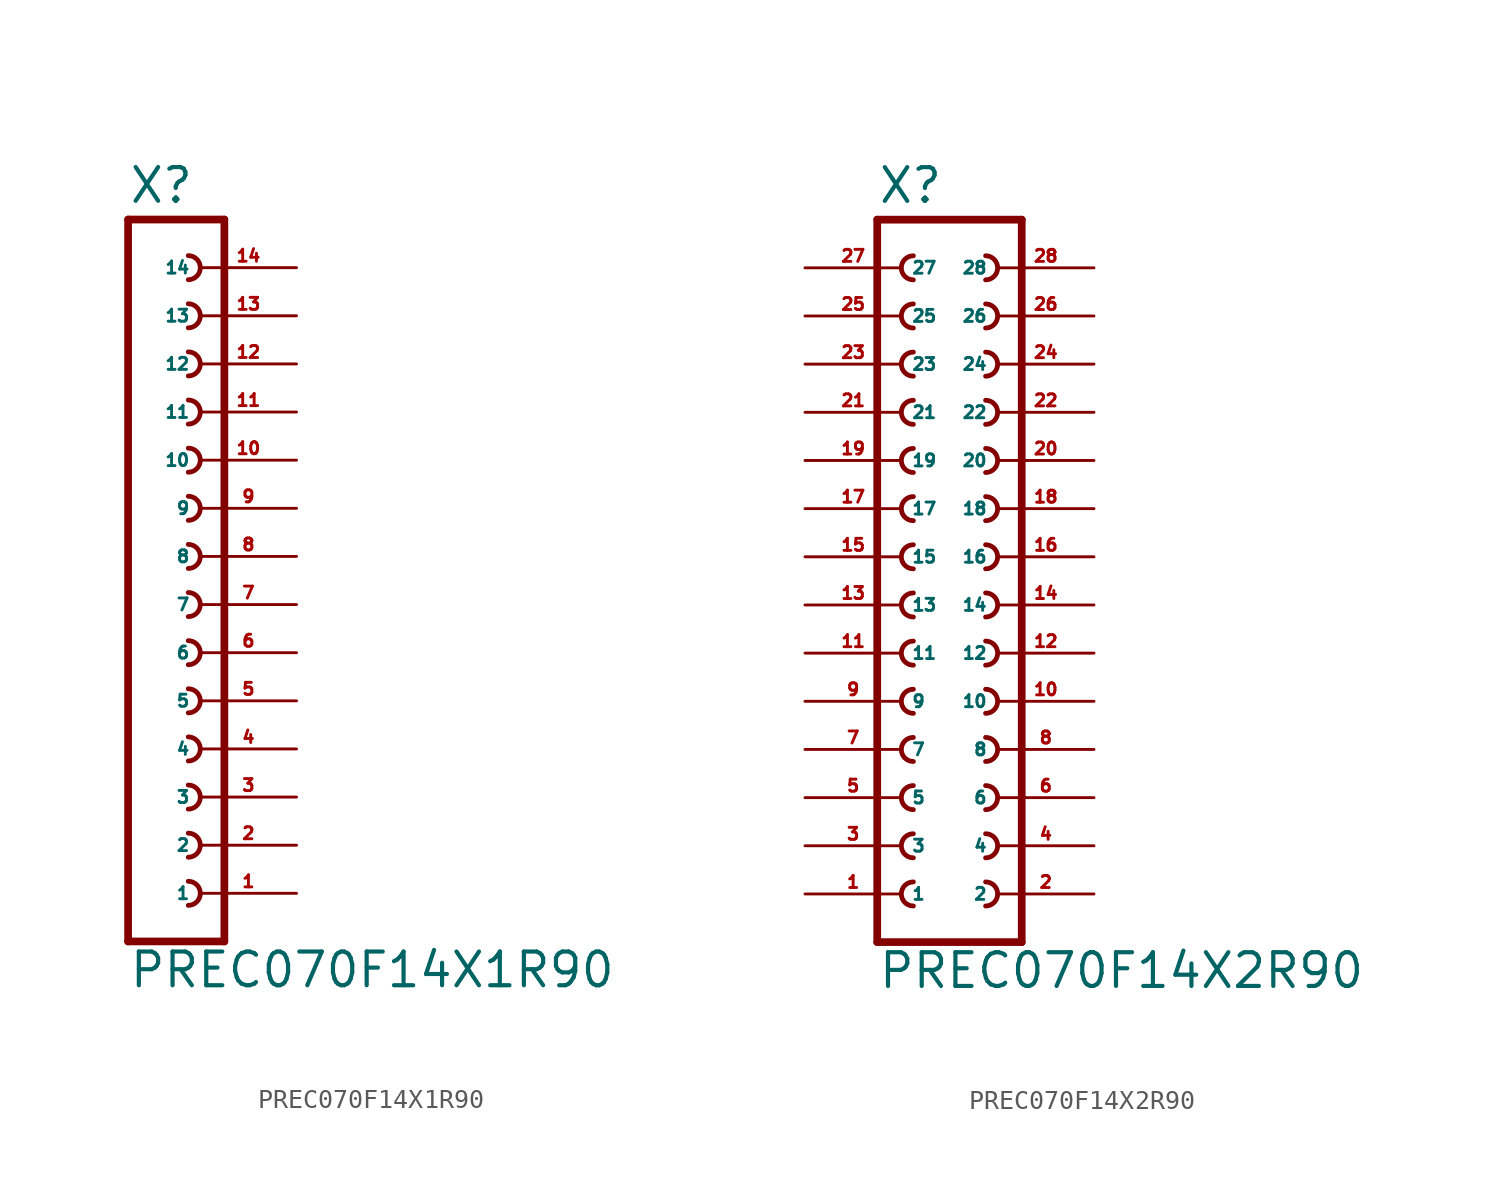
<source format=kicad_sym>
(kicad_symbol_lib
  (version 20220914)
  (generator Eagle2Kicad)
  (symbol "PREC070F14X1R90"
    (property "Reference" "X"
      (at -1.27 18.542 0)
      (effects (font (size 1.778 1.778) (thickness 0.22)) (justify left bottom)))
    (property "Value" "PREC070F14X1R90"
      (at -1.27 -22.86 0)
      (effects (font (size 1.778 1.778) (thickness 0.22)) (justify left bottom)))
    (polyline
      (pts (xy 3.81 -20.32) (xy -1.27 -20.32))
      (stroke (width 0.406) (type default))
      (fill (type none)))
    (arc
      (start 1.905 -15.875)
      (mid 2.540 -15.240)
      (end 1.905 -14.605)
      (stroke (width 0.254) (type default))
      (fill (type none)))
    (arc
      (start 1.905 -18.415)
      (mid 2.540 -17.780)
      (end 1.905 -17.145)
      (stroke (width 0.254) (type default))
      (fill (type none)))
    (arc
      (start 1.905 -8.255)
      (mid 2.540 -7.620)
      (end 1.905 -6.985)
      (stroke (width 0.254) (type default))
      (fill (type none)))
    (arc
      (start 1.905 -10.795)
      (mid 2.540 -10.160)
      (end 1.905 -9.525)
      (stroke (width 0.254) (type default))
      (fill (type none)))
    (arc
      (start 1.905 -13.335)
      (mid 2.540 -12.700)
      (end 1.905 -12.065)
      (stroke (width 0.254) (type default))
      (fill (type none)))
    (arc
      (start 1.905 -3.175)
      (mid 2.540 -2.540)
      (end 1.905 -1.905)
      (stroke (width 0.254) (type default))
      (fill (type none)))
    (arc
      (start 1.905 -5.715)
      (mid 2.540 -5.080)
      (end 1.905 -4.445)
      (stroke (width 0.254) (type default))
      (fill (type none)))
    (arc
      (start 1.905 4.445)
      (mid 2.540 5.080)
      (end 1.905 5.715)
      (stroke (width 0.254) (type default))
      (fill (type none)))
    (arc
      (start 1.905 1.905)
      (mid 2.540 2.540)
      (end 1.905 3.175)
      (stroke (width 0.254) (type default))
      (fill (type none)))
    (arc
      (start 1.905 -0.635)
      (mid 2.540 0.000)
      (end 1.905 0.635)
      (stroke (width 0.254) (type default))
      (fill (type none)))
    (arc
      (start 1.905 9.525)
      (mid 2.540 10.160)
      (end 1.905 10.795)
      (stroke (width 0.254) (type default))
      (fill (type none)))
    (arc
      (start 1.905 6.985)
      (mid 2.540 7.620)
      (end 1.905 8.255)
      (stroke (width 0.254) (type default))
      (fill (type none)))
    (arc
      (start 1.905 14.605)
      (mid 2.540 15.240)
      (end 1.905 15.875)
      (stroke (width 0.254) (type default))
      (fill (type none)))
    (arc
      (start 1.905 12.065)
      (mid 2.540 12.700)
      (end 1.905 13.335)
      (stroke (width 0.254) (type default))
      (fill (type none)))
    (polyline
      (pts (xy -1.27 17.78) (xy -1.27 -20.32))
      (stroke (width 0.406) (type default))
      (fill (type none)))
    (polyline
      (pts (xy 3.81 -20.32) (xy 3.81 17.78))
      (stroke (width 0.406) (type default))
      (fill (type none)))
    (polyline
      (pts (xy -1.27 17.78) (xy 3.81 17.78))
      (stroke (width 0.406) (type default))
      (fill (type none)))
    (pin passive line
      (at 7.62 -17.78 180)
      (length 5.08)
      (name "1" (effects (font (size 0.635 0.635) (thickness 0.08)) (justify left bottom)))
      (number "1" (effects (font (size 0.635 0.635) (thickness 0.08)) (justify left bottom))))
    (pin passive line
      (at 7.62 -15.24 180)
      (length 5.08)
      (name "2" (effects (font (size 0.635 0.635) (thickness 0.08)) (justify left bottom)))
      (number "2" (effects (font (size 0.635 0.635) (thickness 0.08)) (justify left bottom))))
    (pin passive line
      (at 7.62 -12.7 180)
      (length 5.08)
      (name "3" (effects (font (size 0.635 0.635) (thickness 0.08)) (justify left bottom)))
      (number "3" (effects (font (size 0.635 0.635) (thickness 0.08)) (justify left bottom))))
    (pin passive line
      (at 7.62 -10.16 180)
      (length 5.08)
      (name "4" (effects (font (size 0.635 0.635) (thickness 0.08)) (justify left bottom)))
      (number "4" (effects (font (size 0.635 0.635) (thickness 0.08)) (justify left bottom))))
    (pin passive line
      (at 7.62 -7.62 180)
      (length 5.08)
      (name "5" (effects (font (size 0.635 0.635) (thickness 0.08)) (justify left bottom)))
      (number "5" (effects (font (size 0.635 0.635) (thickness 0.08)) (justify left bottom))))
    (pin passive line
      (at 7.62 -5.08 180)
      (length 5.08)
      (name "6" (effects (font (size 0.635 0.635) (thickness 0.08)) (justify left bottom)))
      (number "6" (effects (font (size 0.635 0.635) (thickness 0.08)) (justify left bottom))))
    (pin passive line
      (at 7.62 -2.54 180)
      (length 5.08)
      (name "7" (effects (font (size 0.635 0.635) (thickness 0.08)) (justify left bottom)))
      (number "7" (effects (font (size 0.635 0.635) (thickness 0.08)) (justify left bottom))))
    (pin passive line
      (at 7.62 0 180)
      (length 5.08)
      (name "8" (effects (font (size 0.635 0.635) (thickness 0.08)) (justify left bottom)))
      (number "8" (effects (font (size 0.635 0.635) (thickness 0.08)) (justify left bottom))))
    (pin passive line
      (at 7.62 2.54 180)
      (length 5.08)
      (name "9" (effects (font (size 0.635 0.635) (thickness 0.08)) (justify left bottom)))
      (number "9" (effects (font (size 0.635 0.635) (thickness 0.08)) (justify left bottom))))
    (pin passive line
      (at 7.62 5.08 180)
      (length 5.08)
      (name "10" (effects (font (size 0.635 0.635) (thickness 0.08)) (justify left bottom)))
      (number "10" (effects (font (size 0.635 0.635) (thickness 0.08)) (justify left bottom))))
    (pin passive line
      (at 7.62 7.62 180)
      (length 5.08)
      (name "11" (effects (font (size 0.635 0.635) (thickness 0.08)) (justify left bottom)))
      (number "11" (effects (font (size 0.635 0.635) (thickness 0.08)) (justify left bottom))))
    (pin passive line
      (at 7.62 10.16 180)
      (length 5.08)
      (name "12" (effects (font (size 0.635 0.635) (thickness 0.08)) (justify left bottom)))
      (number "12" (effects (font (size 0.635 0.635) (thickness 0.08)) (justify left bottom))))
    (pin passive line
      (at 7.62 12.7 180)
      (length 5.08)
      (name "13" (effects (font (size 0.635 0.635) (thickness 0.08)) (justify left bottom)))
      (number "13" (effects (font (size 0.635 0.635) (thickness 0.08)) (justify left bottom))))
    (pin passive line
      (at 7.62 15.24 180)
      (length 5.08)
      (name "14" (effects (font (size 0.635 0.635) (thickness 0.08)) (justify left bottom)))
      (number "14" (effects (font (size 0.635 0.635) (thickness 0.08)) (justify left bottom)))))
  (symbol "PREC070F14X2R90"
    (property "Reference" "X"
      (at -3.81 18.542 0)
      (effects (font (size 1.778 1.778) (thickness 0.22)) (justify left bottom)))
    (property "Value" "PREC070F14X2R90"
      (at -3.81 -22.86 0)
      (effects (font (size 1.778 1.778) (thickness 0.22)) (justify left bottom)))
    (polyline
      (pts (xy 3.81 -20.32) (xy -3.81 -20.32))
      (stroke (width 0.406) (type default))
      (fill (type none)))
    (arc
      (start -1.905 -17.145)
      (mid -2.540 -17.780)
      (end -1.905 -18.415)
      (stroke (width 0.254) (type default))
      (fill (type none)))
    (arc
      (start 1.905 -18.415)
      (mid 2.540 -17.780)
      (end 1.905 -17.145)
      (stroke (width 0.254) (type default))
      (fill (type none)))
    (arc
      (start -1.905 -12.065)
      (mid -2.540 -12.700)
      (end -1.905 -13.335)
      (stroke (width 0.254) (type default))
      (fill (type none)))
    (arc
      (start -1.905 -14.605)
      (mid -2.540 -15.240)
      (end -1.905 -15.875)
      (stroke (width 0.254) (type default))
      (fill (type none)))
    (arc
      (start 1.905 -13.335)
      (mid 2.540 -12.700)
      (end 1.905 -12.065)
      (stroke (width 0.254) (type default))
      (fill (type none)))
    (arc
      (start 1.905 -15.875)
      (mid 2.540 -15.240)
      (end 1.905 -14.605)
      (stroke (width 0.254) (type default))
      (fill (type none)))
    (arc
      (start -1.905 -4.445)
      (mid -2.540 -5.080)
      (end -1.905 -5.715)
      (stroke (width 0.254) (type default))
      (fill (type none)))
    (arc
      (start -1.905 -6.985)
      (mid -2.540 -7.620)
      (end -1.905 -8.255)
      (stroke (width 0.254) (type default))
      (fill (type none)))
    (arc
      (start -1.905 -9.525)
      (mid -2.540 -10.160)
      (end -1.905 -10.795)
      (stroke (width 0.254) (type default))
      (fill (type none)))
    (arc
      (start 1.905 -5.715)
      (mid 2.540 -5.080)
      (end 1.905 -4.445)
      (stroke (width 0.254) (type default))
      (fill (type none)))
    (arc
      (start 1.905 -8.255)
      (mid 2.540 -7.620)
      (end 1.905 -6.985)
      (stroke (width 0.254) (type default))
      (fill (type none)))
    (arc
      (start 1.905 -10.795)
      (mid 2.540 -10.160)
      (end 1.905 -9.525)
      (stroke (width 0.254) (type default))
      (fill (type none)))
    (arc
      (start -1.905 0.635)
      (mid -2.540 0.000)
      (end -1.905 -0.635)
      (stroke (width 0.254) (type default))
      (fill (type none)))
    (arc
      (start -1.905 -1.905)
      (mid -2.540 -2.540)
      (end -1.905 -3.175)
      (stroke (width 0.254) (type default))
      (fill (type none)))
    (arc
      (start 1.905 -0.635)
      (mid 2.540 0.000)
      (end 1.905 0.635)
      (stroke (width 0.254) (type default))
      (fill (type none)))
    (arc
      (start 1.905 -3.175)
      (mid 2.540 -2.540)
      (end 1.905 -1.905)
      (stroke (width 0.254) (type default))
      (fill (type none)))
    (arc
      (start -1.905 8.255)
      (mid -2.540 7.620)
      (end -1.905 6.985)
      (stroke (width 0.254) (type default))
      (fill (type none)))
    (arc
      (start -1.905 5.715)
      (mid -2.540 5.080)
      (end -1.905 4.445)
      (stroke (width 0.254) (type default))
      (fill (type none)))
    (arc
      (start -1.905 3.175)
      (mid -2.540 2.540)
      (end -1.905 1.905)
      (stroke (width 0.254) (type default))
      (fill (type none)))
    (arc
      (start 1.905 6.985)
      (mid 2.540 7.620)
      (end 1.905 8.255)
      (stroke (width 0.254) (type default))
      (fill (type none)))
    (arc
      (start 1.905 4.445)
      (mid 2.540 5.080)
      (end 1.905 5.715)
      (stroke (width 0.254) (type default))
      (fill (type none)))
    (arc
      (start 1.905 1.905)
      (mid 2.540 2.540)
      (end 1.905 3.175)
      (stroke (width 0.254) (type default))
      (fill (type none)))
    (arc
      (start -1.905 13.335)
      (mid -2.540 12.700)
      (end -1.905 12.065)
      (stroke (width 0.254) (type default))
      (fill (type none)))
    (arc
      (start -1.905 10.795)
      (mid -2.540 10.160)
      (end -1.905 9.525)
      (stroke (width 0.254) (type default))
      (fill (type none)))
    (arc
      (start 1.905 12.065)
      (mid 2.540 12.700)
      (end 1.905 13.335)
      (stroke (width 0.254) (type default))
      (fill (type none)))
    (arc
      (start 1.905 9.525)
      (mid 2.540 10.160)
      (end 1.905 10.795)
      (stroke (width 0.254) (type default))
      (fill (type none)))
    (arc
      (start -1.905 15.875)
      (mid -2.540 15.240)
      (end -1.905 14.605)
      (stroke (width 0.254) (type default))
      (fill (type none)))
    (arc
      (start 1.905 14.605)
      (mid 2.540 15.240)
      (end 1.905 15.875)
      (stroke (width 0.254) (type default))
      (fill (type none)))
    (polyline
      (pts (xy -3.81 17.78) (xy -3.81 -20.32))
      (stroke (width 0.406) (type default))
      (fill (type none)))
    (polyline
      (pts (xy 3.81 -20.32) (xy 3.81 17.78))
      (stroke (width 0.406) (type default))
      (fill (type none)))
    (polyline
      (pts (xy -3.81 17.78) (xy 3.81 17.78))
      (stroke (width 0.406) (type default))
      (fill (type none)))
    (pin passive line
      (at -7.62 -17.78 0)
      (length 5.08)
      (name "1" (effects (font (size 0.635 0.635) (thickness 0.08)) (justify left bottom)))
      (number "1" (effects (font (size 0.635 0.635) (thickness 0.08)) (justify left bottom))))
    (pin passive line
      (at 7.62 -17.78 180)
      (length 5.08)
      (name "2" (effects (font (size 0.635 0.635) (thickness 0.08)) (justify left bottom)))
      (number "2" (effects (font (size 0.635 0.635) (thickness 0.08)) (justify left bottom))))
    (pin passive line
      (at -7.62 -15.24 0)
      (length 5.08)
      (name "3" (effects (font (size 0.635 0.635) (thickness 0.08)) (justify left bottom)))
      (number "3" (effects (font (size 0.635 0.635) (thickness 0.08)) (justify left bottom))))
    (pin passive line
      (at 7.62 -15.24 180)
      (length 5.08)
      (name "4" (effects (font (size 0.635 0.635) (thickness 0.08)) (justify left bottom)))
      (number "4" (effects (font (size 0.635 0.635) (thickness 0.08)) (justify left bottom))))
    (pin passive line
      (at -7.62 -12.7 0)
      (length 5.08)
      (name "5" (effects (font (size 0.635 0.635) (thickness 0.08)) (justify left bottom)))
      (number "5" (effects (font (size 0.635 0.635) (thickness 0.08)) (justify left bottom))))
    (pin passive line
      (at 7.62 -12.7 180)
      (length 5.08)
      (name "6" (effects (font (size 0.635 0.635) (thickness 0.08)) (justify left bottom)))
      (number "6" (effects (font (size 0.635 0.635) (thickness 0.08)) (justify left bottom))))
    (pin passive line
      (at -7.62 -10.16 0)
      (length 5.08)
      (name "7" (effects (font (size 0.635 0.635) (thickness 0.08)) (justify left bottom)))
      (number "7" (effects (font (size 0.635 0.635) (thickness 0.08)) (justify left bottom))))
    (pin passive line
      (at 7.62 -10.16 180)
      (length 5.08)
      (name "8" (effects (font (size 0.635 0.635) (thickness 0.08)) (justify left bottom)))
      (number "8" (effects (font (size 0.635 0.635) (thickness 0.08)) (justify left bottom))))
    (pin passive line
      (at -7.62 -7.62 0)
      (length 5.08)
      (name "9" (effects (font (size 0.635 0.635) (thickness 0.08)) (justify left bottom)))
      (number "9" (effects (font (size 0.635 0.635) (thickness 0.08)) (justify left bottom))))
    (pin passive line
      (at 7.62 -7.62 180)
      (length 5.08)
      (name "10" (effects (font (size 0.635 0.635) (thickness 0.08)) (justify left bottom)))
      (number "10" (effects (font (size 0.635 0.635) (thickness 0.08)) (justify left bottom))))
    (pin passive line
      (at -7.62 -5.08 0)
      (length 5.08)
      (name "11" (effects (font (size 0.635 0.635) (thickness 0.08)) (justify left bottom)))
      (number "11" (effects (font (size 0.635 0.635) (thickness 0.08)) (justify left bottom))))
    (pin passive line
      (at 7.62 -5.08 180)
      (length 5.08)
      (name "12" (effects (font (size 0.635 0.635) (thickness 0.08)) (justify left bottom)))
      (number "12" (effects (font (size 0.635 0.635) (thickness 0.08)) (justify left bottom))))
    (pin passive line
      (at -7.62 -2.54 0)
      (length 5.08)
      (name "13" (effects (font (size 0.635 0.635) (thickness 0.08)) (justify left bottom)))
      (number "13" (effects (font (size 0.635 0.635) (thickness 0.08)) (justify left bottom))))
    (pin passive line
      (at 7.62 -2.54 180)
      (length 5.08)
      (name "14" (effects (font (size 0.635 0.635) (thickness 0.08)) (justify left bottom)))
      (number "14" (effects (font (size 0.635 0.635) (thickness 0.08)) (justify left bottom))))
    (pin passive line
      (at -7.62 0 0)
      (length 5.08)
      (name "15" (effects (font (size 0.635 0.635) (thickness 0.08)) (justify left bottom)))
      (number "15" (effects (font (size 0.635 0.635) (thickness 0.08)) (justify left bottom))))
    (pin passive line
      (at 7.62 0 180)
      (length 5.08)
      (name "16" (effects (font (size 0.635 0.635) (thickness 0.08)) (justify left bottom)))
      (number "16" (effects (font (size 0.635 0.635) (thickness 0.08)) (justify left bottom))))
    (pin passive line
      (at -7.62 2.54 0)
      (length 5.08)
      (name "17" (effects (font (size 0.635 0.635) (thickness 0.08)) (justify left bottom)))
      (number "17" (effects (font (size 0.635 0.635) (thickness 0.08)) (justify left bottom))))
    (pin passive line
      (at 7.62 2.54 180)
      (length 5.08)
      (name "18" (effects (font (size 0.635 0.635) (thickness 0.08)) (justify left bottom)))
      (number "18" (effects (font (size 0.635 0.635) (thickness 0.08)) (justify left bottom))))
    (pin passive line
      (at -7.62 5.08 0)
      (length 5.08)
      (name "19" (effects (font (size 0.635 0.635) (thickness 0.08)) (justify left bottom)))
      (number "19" (effects (font (size 0.635 0.635) (thickness 0.08)) (justify left bottom))))
    (pin passive line
      (at 7.62 5.08 180)
      (length 5.08)
      (name "20" (effects (font (size 0.635 0.635) (thickness 0.08)) (justify left bottom)))
      (number "20" (effects (font (size 0.635 0.635) (thickness 0.08)) (justify left bottom))))
    (pin passive line
      (at -7.62 7.62 0)
      (length 5.08)
      (name "21" (effects (font (size 0.635 0.635) (thickness 0.08)) (justify left bottom)))
      (number "21" (effects (font (size 0.635 0.635) (thickness 0.08)) (justify left bottom))))
    (pin passive line
      (at 7.62 7.62 180)
      (length 5.08)
      (name "22" (effects (font (size 0.635 0.635) (thickness 0.08)) (justify left bottom)))
      (number "22" (effects (font (size 0.635 0.635) (thickness 0.08)) (justify left bottom))))
    (pin passive line
      (at -7.62 10.16 0)
      (length 5.08)
      (name "23" (effects (font (size 0.635 0.635) (thickness 0.08)) (justify left bottom)))
      (number "23" (effects (font (size 0.635 0.635) (thickness 0.08)) (justify left bottom))))
    (pin passive line
      (at 7.62 10.16 180)
      (length 5.08)
      (name "24" (effects (font (size 0.635 0.635) (thickness 0.08)) (justify left bottom)))
      (number "24" (effects (font (size 0.635 0.635) (thickness 0.08)) (justify left bottom))))
    (pin passive line
      (at -7.62 12.7 0)
      (length 5.08)
      (name "25" (effects (font (size 0.635 0.635) (thickness 0.08)) (justify left bottom)))
      (number "25" (effects (font (size 0.635 0.635) (thickness 0.08)) (justify left bottom))))
    (pin passive line
      (at 7.62 12.7 180)
      (length 5.08)
      (name "26" (effects (font (size 0.635 0.635) (thickness 0.08)) (justify left bottom)))
      (number "26" (effects (font (size 0.635 0.635) (thickness 0.08)) (justify left bottom))))
    (pin passive line
      (at -7.62 15.24 0)
      (length 5.08)
      (name "27" (effects (font (size 0.635 0.635) (thickness 0.08)) (justify left bottom)))
      (number "27" (effects (font (size 0.635 0.635) (thickness 0.08)) (justify left bottom))))
    (pin passive line
      (at 7.62 15.24 180)
      (length 5.08)
      (name "28" (effects (font (size 0.635 0.635) (thickness 0.08)) (justify left bottom)))
      (number "28" (effects (font (size 0.635 0.635) (thickness 0.08)) (justify left bottom))))))
</source>
